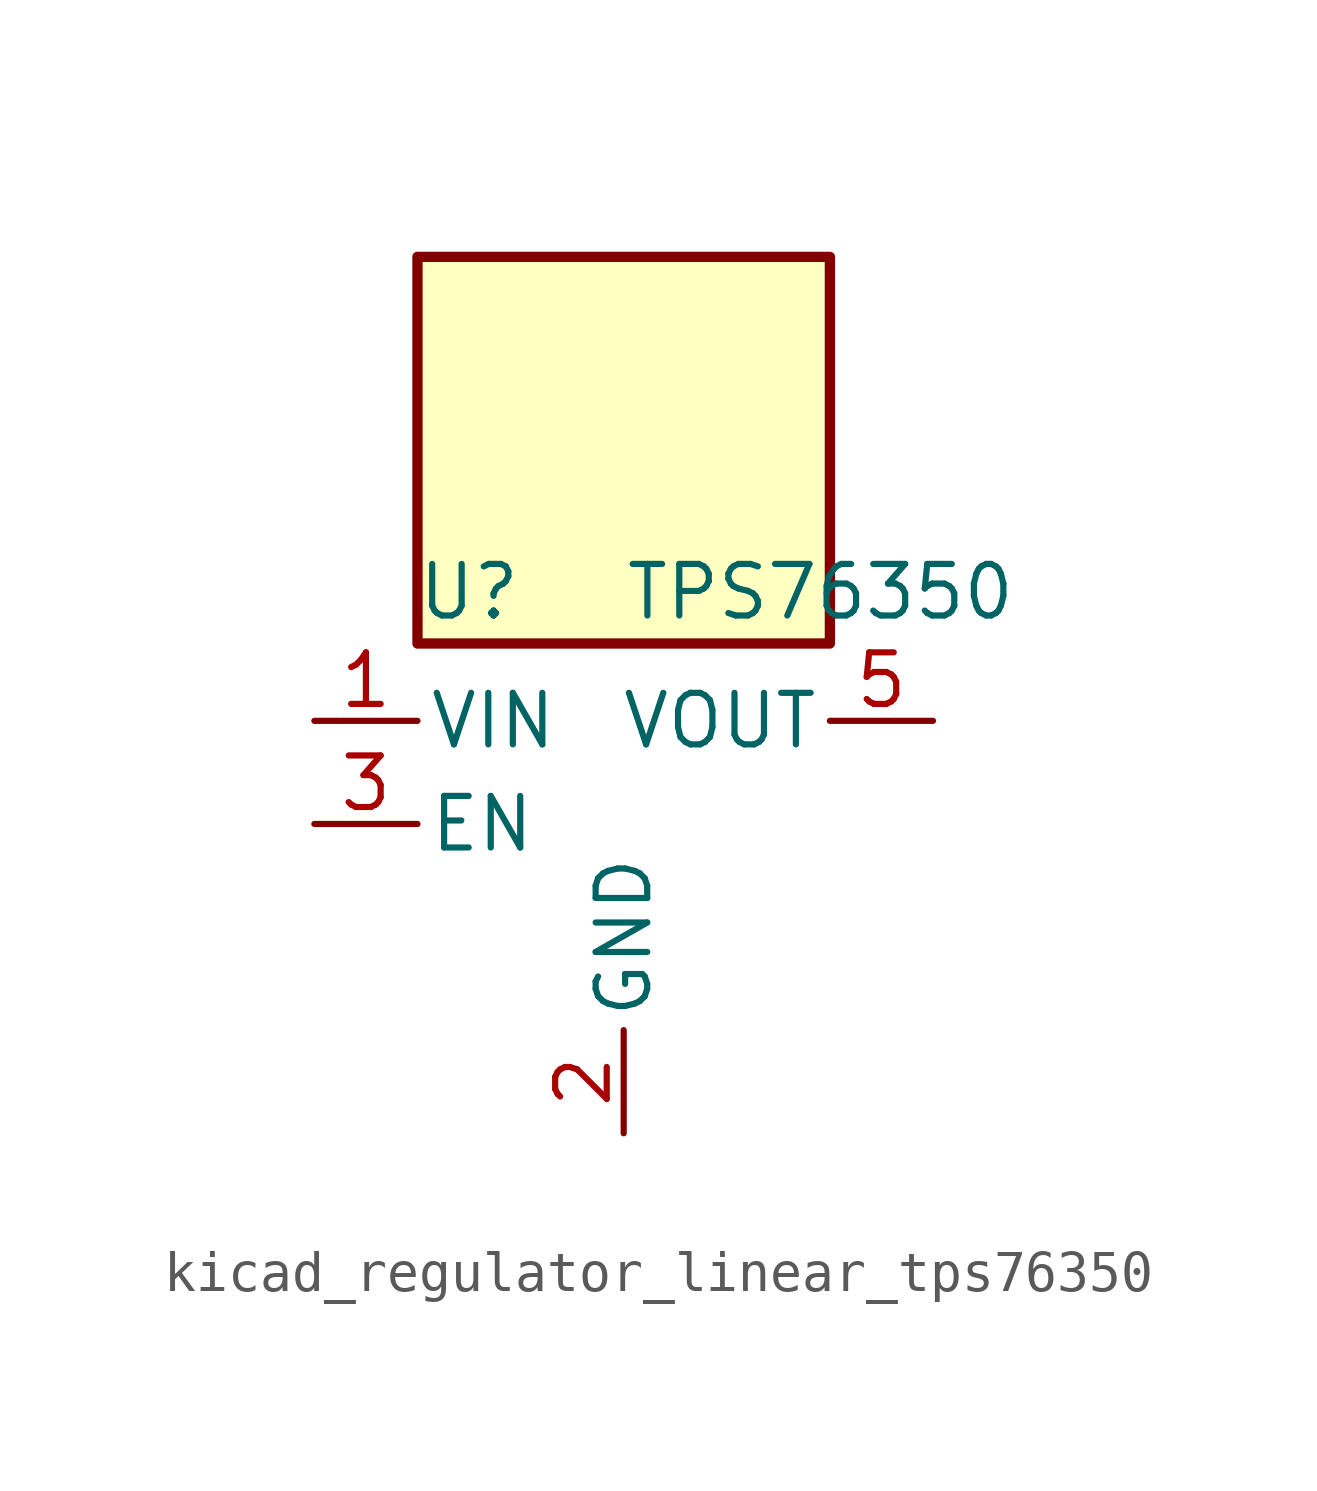
<source format=kicad_sym>
(kicad_symbol_lib
  (version 20220914)
  (generator kicad_symbol_editor)
  (symbol "kicad_regulator_linear_tps76350"
    (pin_names
      (offset 0.254))
    (property "Reference" "U"
      (at -3.81 5.715 0)
      (effects (font (size 1.27 1.27))))
    (property "Value" "TPS76350"
      (at 0 5.715 0)
      (effects (font (size 1.27 1.27)) (justify left)))
    (symbol "kicad_regulator_linear_tps76350_0_1"
      (rectangle (start 5.08 13.97) (end -5.08 4.445) (stroke (width 0.254) (type default)) (fill (type background))))
    (symbol "kicad_regulator_linear_tps76350_1_1"
      (pin power_in line (at -7.62 2.54 0) (length 2.54) (name "VIN" (effects (font (size 1.27 1.27)))) (number "1" (effects (font (size 1.27 1.27)))))
      (pin power_in line (at 0 -7.62 90) (length 2.54) (name "GND" (effects (font (size 1.27 1.27)))) (number "2" (effects (font (size 1.27 1.27)))))
      (pin input line (at -7.62 0 0) (length 2.54) (name "EN" (effects (font (size 1.27 1.27)))) (number "3" (effects (font (size 1.27 1.27)))))
      (pin no_connect line (at 5.08 0 180) (length 2.54) hide (name "NC" (effects (font (size 1.27 1.27)))) (number "4" (effects (font (size 1.27 1.27)))))
      (pin power_out line (at 7.62 2.54 180) (length 2.54) (name "VOUT" (effects (font (size 1.27 1.27)))) (number "5" (effects (font (size 1.27 1.27))))))))
</source>
